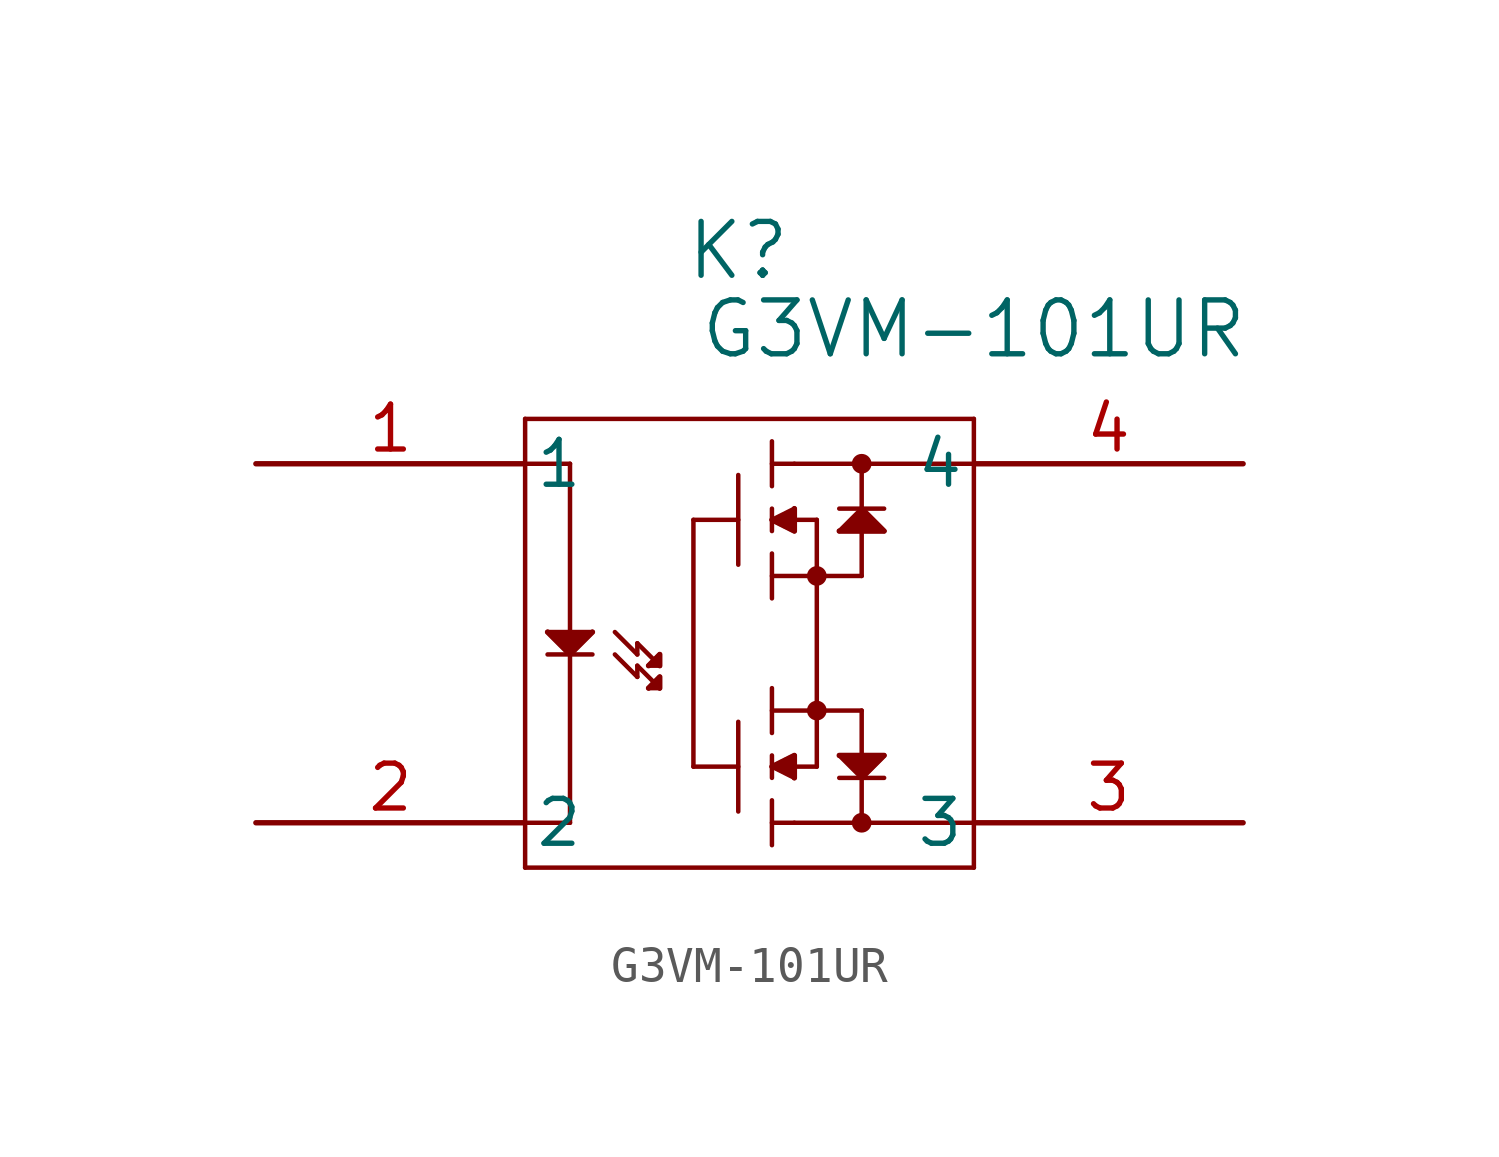
<source format=kicad_sym>
(kicad_symbol_lib
  (version 20211014)
  (generator kicad_symbol_editor)
  (symbol "G3VM-101UR"
    (pin_names
      (offset 0.254))
    (property "Reference" "K"
      (at 13.652 6.032 0)
      (effects (font (size 1.524 1.524))))
    (property "Value" "G3VM-101UR"
      (at 20.32 3.81 0)
      (effects (font (size 1.524 1.524))))
    (symbol "G3VM-101UR_0_1"
      (polyline (pts (xy 7.62 1.27) (xy 7.62 -11.43)) (stroke (width 0.127) (type default) (color 0 0 0 0)) (fill (type none)))
      (polyline (pts (xy 7.62 -11.43) (xy 20.32 -11.43)) (stroke (width 0.127) (type default) (color 0 0 0 0)) (fill (type none)))
      (polyline (pts (xy 20.32 -11.43) (xy 20.32 1.27)) (stroke (width 0.127) (type default) (color 0 0 0 0)) (fill (type none)))
      (polyline (pts (xy 20.32 1.27) (xy 7.62 1.27)) (stroke (width 0.127) (type default) (color 0 0 0 0)) (fill (type none)))
      (polyline (pts (xy 7.62 0) (xy 8.89 0)) (stroke (width 0.127) (type default) (color 0 0 0 0)) (fill (type none)))
      (polyline (pts (xy 8.89 0) (xy 8.89 -10.16)) (stroke (width 0.127) (type default) (color 0 0 0 0)) (fill (type none)))
      (polyline (pts (xy 8.89 -10.16) (xy 7.62 -10.16)) (stroke (width 0.127) (type default) (color 0 0 0 0)) (fill (type none)))
      (polyline (pts (xy 8.255 -4.763) (xy 9.525 -4.763)) (stroke (width 0.127) (type default) (color 0 0 0 0)) (fill (type none)))
      (polyline (pts (xy 8.255 -4.763) (xy 8.89 -5.397)) (stroke (width 0.127) (type default) (color 0 0 0 0)) (fill (type none)))
      (polyline (pts (xy 8.89 -5.397) (xy 9.525 -4.763)) (stroke (width 0.127) (type default) (color 0 0 0 0)) (fill (type none)))
      (polyline (pts (xy 8.255 -5.397) (xy 9.525 -5.397)) (stroke (width 0.127) (type default) (color 0 0 0 0)) (fill (type none)))
      (polyline (pts (xy 9.525 -4.763) (xy 8.89 -5.397) (xy 8.255 -4.763)) (stroke (width 0) (type default) (color 0 0 0 0)) (fill (type outline)))
      (polyline (pts (xy 10.16 -4.763) (xy 10.795 -5.397)) (stroke (width 0.127) (type default) (color 0 0 0 0)) (fill (type none)))
      (polyline (pts (xy 10.795 -5.397) (xy 10.795 -5.08)) (stroke (width 0.127) (type default) (color 0 0 0 0)) (fill (type none)))
      (polyline (pts (xy 11.43 -5.715) (xy 10.795 -5.08)) (stroke (width 0.127) (type default) (color 0 0 0 0)) (fill (type none)))
      (polyline (pts (xy 10.16 -5.397) (xy 10.795 -6.032)) (stroke (width 0.127) (type default) (color 0 0 0 0)) (fill (type none)))
      (polyline (pts (xy 10.795 -6.032) (xy 10.795 -5.715)) (stroke (width 0.127) (type default) (color 0 0 0 0)) (fill (type none)))
      (polyline (pts (xy 10.795 -5.715) (xy 11.43 -6.35)) (stroke (width 0.127) (type default) (color 0 0 0 0)) (fill (type none)))
      (polyline (pts (xy 11.113 -5.715) (xy 11.43 -5.715)) (stroke (width 0.127) (type default) (color 0 0 0 0)) (fill (type none)))
      (polyline (pts (xy 11.43 -5.715) (xy 11.43 -5.397)) (stroke (width 0.127) (type default) (color 0 0 0 0)) (fill (type none)))
      (polyline (pts (xy 11.113 -5.715) (xy 11.43 -5.397)) (stroke (width 0.127) (type default) (color 0 0 0 0)) (fill (type none)))
      (polyline (pts (xy 11.113 -6.35) (xy 11.43 -6.032)) (stroke (width 0.127) (type default) (color 0 0 0 0)) (fill (type none)))
      (polyline (pts (xy 11.43 -6.032) (xy 11.43 -6.35)) (stroke (width 0.127) (type default) (color 0 0 0 0)) (fill (type none)))
      (polyline (pts (xy 11.43 -6.35) (xy 11.113 -6.35)) (stroke (width 0.127) (type default) (color 0 0 0 0)) (fill (type none)))
      (polyline (pts (xy 11.113 -5.715) (xy 11.43 -5.397) (xy 11.43 -5.715)) (stroke (width 0) (type default) (color 0 0 0 0)) (fill (type outline)))
      (polyline (pts (xy 11.113 -6.35) (xy 11.43 -6.032) (xy 11.43 -6.35)) (stroke (width 0) (type default) (color 0 0 0 0)) (fill (type outline)))
      (polyline (pts (xy 20.32 -10.16) (xy 15.24 -10.16)) (stroke (width 0.127) (type default) (color 0 0 0 0)) (fill (type none)))
      (polyline (pts (xy 17.145 -10.16) (xy 17.145 -8.89)) (stroke (width 0.127) (type default) (color 0 0 0 0)) (fill (type none)))
      (polyline (pts (xy 16.51 -8.89) (xy 17.78 -8.89)) (stroke (width 0.127) (type default) (color 0 0 0 0)) (fill (type none)))
      (polyline (pts (xy 17.145 -8.89) (xy 16.51 -8.255)) (stroke (width 0.127) (type default) (color 0 0 0 0)) (fill (type none)))
      (polyline (pts (xy 16.51 -8.255) (xy 17.78 -8.255)) (stroke (width 0.127) (type default) (color 0 0 0 0)) (fill (type none)))
      (polyline (pts (xy 17.78 -8.255) (xy 17.145 -8.89)) (stroke (width 0.127) (type default) (color 0 0 0 0)) (fill (type none)))
      (polyline (pts (xy 17.145 -8.255) (xy 17.145 -6.985)) (stroke (width 0.127) (type default) (color 0 0 0 0)) (fill (type none)))
      (polyline (pts (xy 17.145 -6.985) (xy 15.875 -6.985)) (stroke (width 0.127) (type default) (color 0 0 0 0)) (fill (type none)))
      (polyline (pts (xy 15.875 -6.985) (xy 15.875 -8.572)) (stroke (width 0.127) (type default) (color 0 0 0 0)) (fill (type none)))
      (polyline (pts (xy 15.875 -8.572) (xy 15.24 -8.572)) (stroke (width 0.127) (type default) (color 0 0 0 0)) (fill (type none)))
      (polyline (pts (xy 15.24 -8.572) (xy 15.24 -8.255)) (stroke (width 0.127) (type default) (color 0 0 0 0)) (fill (type none)))
      (polyline (pts (xy 15.24 -8.255) (xy 14.605 -8.572)) (stroke (width 0.127) (type default) (color 0 0 0 0)) (fill (type none)))
      (polyline (pts (xy 14.605 -8.572) (xy 15.24 -8.89)) (stroke (width 0.127) (type default) (color 0 0 0 0)) (fill (type none)))
      (polyline (pts (xy 15.24 -8.89) (xy 15.24 -8.572)) (stroke (width 0.127) (type default) (color 0 0 0 0)) (fill (type none)))
      (polyline (pts (xy 14.605 -8.255) (xy 14.605 -8.89)) (stroke (width 0.127) (type default) (color 0 0 0 0)) (fill (type none)))
      (polyline (pts (xy 14.605 -10.795) (xy 14.605 -9.525)) (stroke (width 0.127) (type default) (color 0 0 0 0)) (fill (type none)))
      (polyline (pts (xy 14.605 -10.16) (xy 15.24 -10.16)) (stroke (width 0.127) (type default) (color 0 0 0 0)) (fill (type none)))
      (polyline (pts (xy 15.875 -6.985) (xy 14.605 -6.985)) (stroke (width 0.127) (type default) (color 0 0 0 0)) (fill (type none)))
      (polyline (pts (xy 14.605 -7.62) (xy 14.605 -6.35)) (stroke (width 0.127) (type default) (color 0 0 0 0)) (fill (type none)))
      (polyline (pts (xy 13.652 -7.303) (xy 13.652 -9.842)) (stroke (width 0.127) (type default) (color 0 0 0 0)) (fill (type none)))
      (polyline (pts (xy 13.652 -8.572) (xy 12.383 -8.572)) (stroke (width 0.127) (type default) (color 0 0 0 0)) (fill (type none)))
      (polyline (pts (xy 20.32 0) (xy 15.24 0)) (stroke (width 0.127) (type default) (color 0 0 0 0)) (fill (type none)))
      (polyline (pts (xy 17.145 0) (xy 17.145 -1.27)) (stroke (width 0.127) (type default) (color 0 0 0 0)) (fill (type none)))
      (polyline (pts (xy 16.51 -1.27) (xy 17.78 -1.27)) (stroke (width 0.127) (type default) (color 0 0 0 0)) (fill (type none)))
      (polyline (pts (xy 17.145 -1.27) (xy 16.51 -1.905)) (stroke (width 0.127) (type default) (color 0 0 0 0)) (fill (type none)))
      (polyline (pts (xy 16.51 -1.905) (xy 17.78 -1.905)) (stroke (width 0.127) (type default) (color 0 0 0 0)) (fill (type none)))
      (polyline (pts (xy 17.78 -1.905) (xy 17.145 -1.27)) (stroke (width 0.127) (type default) (color 0 0 0 0)) (fill (type none)))
      (polyline (pts (xy 17.145 -1.905) (xy 17.145 -3.175)) (stroke (width 0.127) (type default) (color 0 0 0 0)) (fill (type none)))
      (polyline (pts (xy 17.145 -3.175) (xy 15.875 -3.175)) (stroke (width 0.127) (type default) (color 0 0 0 0)) (fill (type none)))
      (polyline (pts (xy 15.875 -6.985) (xy 15.875 -1.587)) (stroke (width 0.127) (type default) (color 0 0 0 0)) (fill (type none)))
      (polyline (pts (xy 15.875 -1.587) (xy 15.24 -1.587)) (stroke (width 0.127) (type default) (color 0 0 0 0)) (fill (type none)))
      (polyline (pts (xy 15.24 -1.587) (xy 15.24 -1.905)) (stroke (width 0.127) (type default) (color 0 0 0 0)) (fill (type none)))
      (polyline (pts (xy 15.24 -1.905) (xy 14.605 -1.587)) (stroke (width 0.127) (type default) (color 0 0 0 0)) (fill (type none)))
      (polyline (pts (xy 14.605 -1.587) (xy 15.24 -1.27)) (stroke (width 0.127) (type default) (color 0 0 0 0)) (fill (type none)))
      (polyline (pts (xy 15.24 -1.27) (xy 15.24 -1.587)) (stroke (width 0.127) (type default) (color 0 0 0 0)) (fill (type none)))
      (polyline (pts (xy 14.605 -1.905) (xy 14.605 -1.27)) (stroke (width 0.127) (type default) (color 0 0 0 0)) (fill (type none)))
      (polyline (pts (xy 14.605 0.635) (xy 14.605 -0.635)) (stroke (width 0.127) (type default) (color 0 0 0 0)) (fill (type none)))
      (polyline (pts (xy 14.605 0) (xy 15.24 0)) (stroke (width 0.127) (type default) (color 0 0 0 0)) (fill (type none)))
      (polyline (pts (xy 15.875 -3.175) (xy 14.605 -3.175)) (stroke (width 0.127) (type default) (color 0 0 0 0)) (fill (type none)))
      (polyline (pts (xy 14.605 -2.54) (xy 14.605 -3.81)) (stroke (width 0.127) (type default) (color 0 0 0 0)) (fill (type none)))
      (polyline (pts (xy 13.652 -2.857) (xy 13.652 -0.318)) (stroke (width 0.127) (type default) (color 0 0 0 0)) (fill (type none)))
      (polyline (pts (xy 13.652 -1.587) (xy 12.383 -1.587)) (stroke (width 0.127) (type default) (color 0 0 0 0)) (fill (type none)))
      (polyline (pts (xy 12.383 -1.587) (xy 12.383 -8.572)) (stroke (width 0.127) (type default) (color 0 0 0 0)) (fill (type none)))
      (polyline (pts (xy 16.51 -8.255) (xy 17.78 -8.255) (xy 17.145 -8.89)) (stroke (width 0) (type default) (color 0 0 0 0)) (fill (type outline)))
      (polyline (pts (xy 14.605 -8.572) (xy 15.24 -8.255) (xy 15.24 -8.89)) (stroke (width 0) (type default) (color 0 0 0 0)) (fill (type outline)))
      (polyline (pts (xy 16.51 -1.905) (xy 17.78 -1.905) (xy 17.145 -1.27)) (stroke (width 0) (type default) (color 0 0 0 0)) (fill (type outline)))
      (polyline (pts (xy 14.605 -1.587) (xy 15.24 -1.905) (xy 15.24 -1.27)) (stroke (width 0) (type default) (color 0 0 0 0)) (fill (type outline)))
      (circle (center 17.145 0) (radius 0.152) (stroke (width 0.254) (type default) (color 0 0 0 0)) (fill (type none)))
      (circle (center 15.875 -3.175) (radius 0.152) (stroke (width 0.254) (type default) (color 0 0 0 0)) (fill (type none)))
      (circle (center 17.145 -10.16) (radius 0.152) (stroke (width 0.254) (type default) (color 0 0 0 0)) (fill (type none)))
      (circle (center 15.875 -6.985) (radius 0.152) (stroke (width 0.254) (type default) (color 0 0 0 0)) (fill (type none)))
      (pin unspecified line (at 0 0 0) (length 7.62) (name "1" (effects (font (size 1.27 1.27)))) (number "1" (effects (font (size 1.27 1.27)))))
      (pin unspecified line (at 0 -10.16 0) (length 7.62) (name "2" (effects (font (size 1.27 1.27)))) (number "2" (effects (font (size 1.27 1.27)))))
      (pin unspecified line (at 27.94 -10.16 180) (length 7.62) (name "3" (effects (font (size 1.27 1.27)))) (number "3" (effects (font (size 1.27 1.27)))))
      (pin unspecified line (at 27.94 0 180) (length 7.62) (name "4" (effects (font (size 1.27 1.27)))) (number "4" (effects (font (size 1.27 1.27))))))))
</source>
